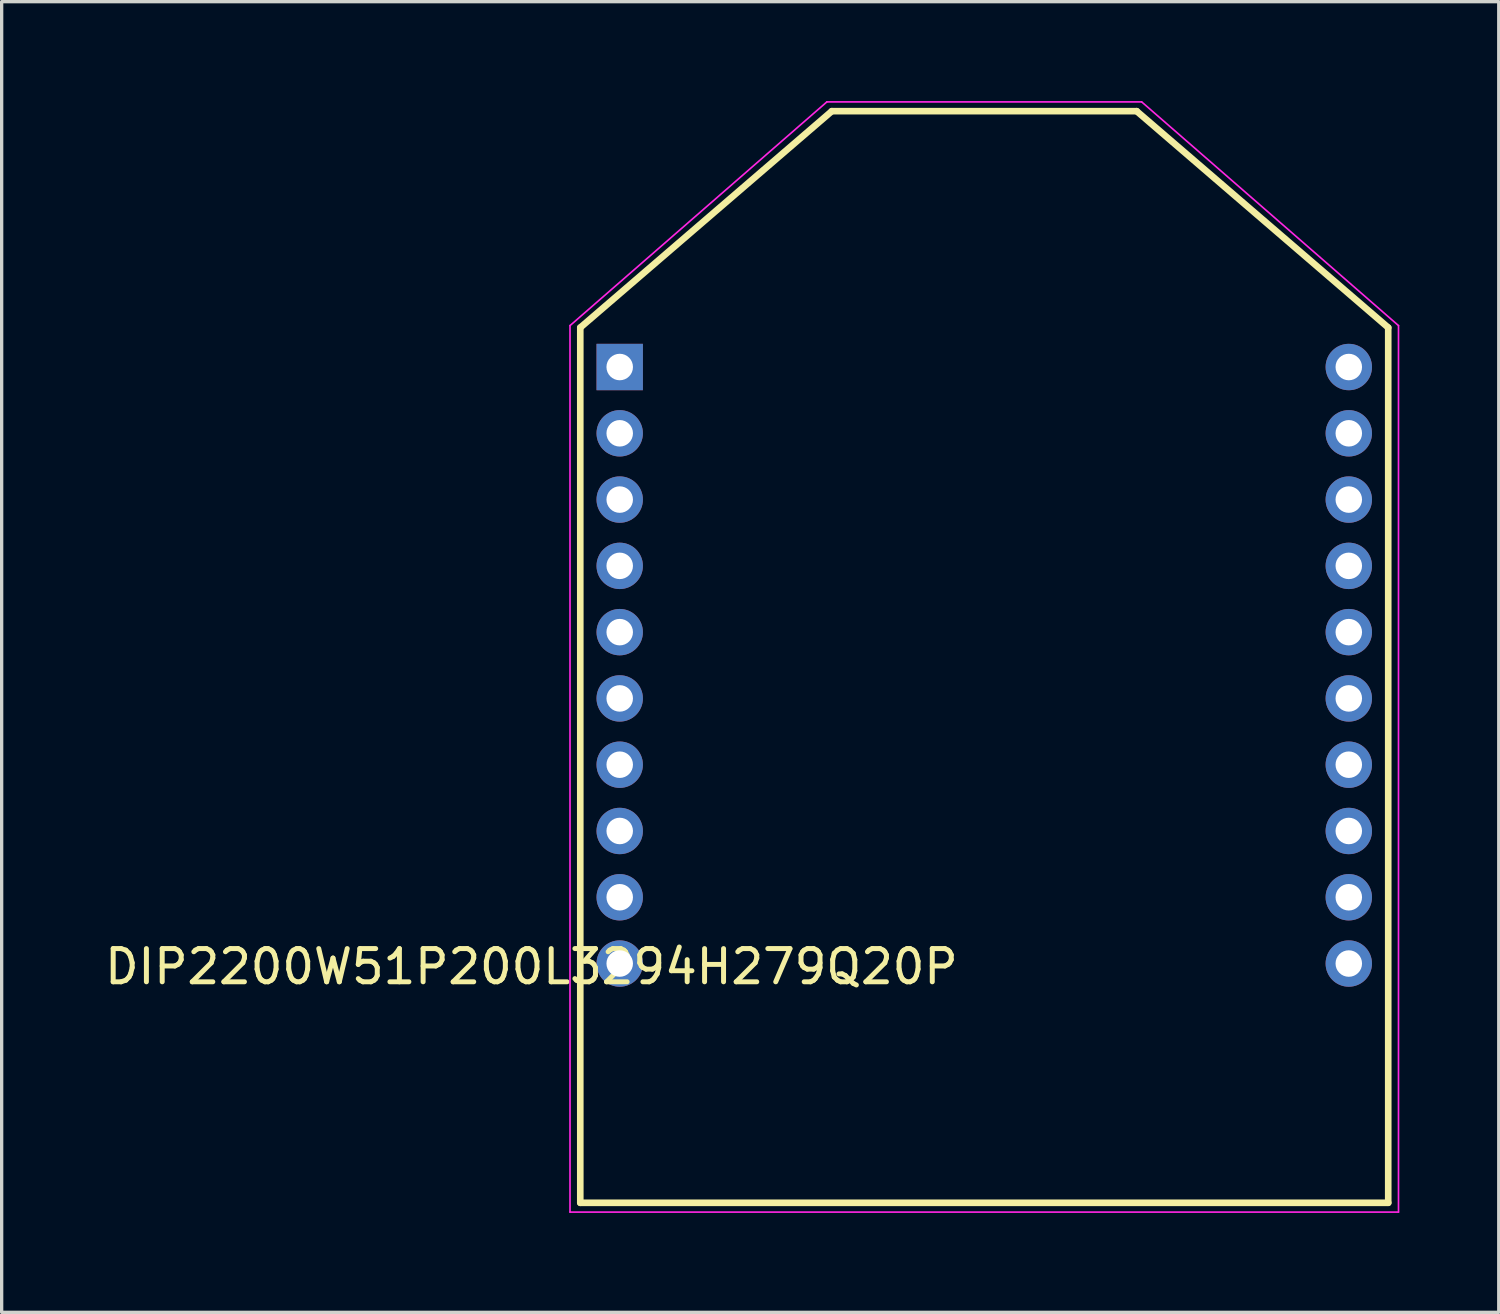
<source format=kicad_pcb>
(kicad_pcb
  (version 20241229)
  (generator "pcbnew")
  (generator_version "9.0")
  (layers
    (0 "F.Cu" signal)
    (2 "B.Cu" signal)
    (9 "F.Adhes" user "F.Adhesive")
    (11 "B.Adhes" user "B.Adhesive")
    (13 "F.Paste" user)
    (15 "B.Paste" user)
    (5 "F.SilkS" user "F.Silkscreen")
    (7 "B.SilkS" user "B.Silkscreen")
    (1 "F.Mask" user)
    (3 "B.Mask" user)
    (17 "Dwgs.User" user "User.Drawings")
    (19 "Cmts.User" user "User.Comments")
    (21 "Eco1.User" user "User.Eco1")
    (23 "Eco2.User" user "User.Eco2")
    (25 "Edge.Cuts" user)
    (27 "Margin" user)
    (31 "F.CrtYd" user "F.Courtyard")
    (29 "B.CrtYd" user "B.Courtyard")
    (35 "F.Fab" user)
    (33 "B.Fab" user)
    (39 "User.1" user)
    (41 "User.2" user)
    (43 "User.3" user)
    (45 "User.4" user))
  (footprint "DIP2200W51P200L3294H279Q20P"
    (layer "F.Cu")
    (at 26.65 16.775)
    (property "Reference" "DIP2200W51P200L3294H279Q20P" (at -13.664 9.345 180) (layer "F.SilkS") (effects (font (size 1.002 1.002) (thickness 0.15))))
    (attr through_hole)
    (fp_line (start -12.19 -9.94) (end -4.6 -16.47) (stroke (width 0.2) (type solid)) (layer "F.SilkS"))
    (fp_line (start -12.19 16.47) (end -12.19 -9.94) (stroke (width 0.2) (type solid)) (layer "F.SilkS"))
    (fp_line (start -4.6 -16.47) (end 4.6 -16.47) (stroke (width 0.2) (type solid)) (layer "F.SilkS"))
    (fp_line (start 12.19 -9.94) (end 4.6 -16.47) (stroke (width 0.2) (type solid)) (layer "F.SilkS"))
    (fp_line (start 12.19 -9.94) (end 12.19 16.47) (stroke (width 0.2) (type solid)) (layer "F.SilkS"))
    (fp_line (start 12.19 16.47) (end -12.19 16.47) (stroke (width 0.2) (type solid)) (layer "F.SilkS"))
    (fp_line (start -12.5 -10) (end -4.75 -16.75) (stroke (width 0.05) (type solid)) (layer "F.CrtYd"))
    (fp_line (start -12.5 16.75) (end -12.5 -10) (stroke (width 0.05) (type solid)) (layer "F.CrtYd"))
    (fp_line (start -4.75 -16.75) (end 4.75 -16.75) (stroke (width 0.05) (type solid)) (layer "F.CrtYd"))
    (fp_line (start 4.75 -16.75) (end 12.5 -10) (stroke (width 0.05) (type solid)) (layer "F.CrtYd"))
    (fp_line (start 12.5 -10) (end 12.5 16.75) (stroke (width 0.05) (type solid)) (layer "F.CrtYd"))
    (fp_line (start 12.5 16.75) (end -12.5 16.75) (stroke (width 0.05) (type solid)) (layer "F.CrtYd"))
    (pad "1" thru_hole rect (at -11 -8.75) (size 1.4 1.4) (drill 0.8) (layers "*.Cu" "*.Mask"))
    (pad "2" thru_hole circle (at -11 -6.75) (size 1.4 1.4) (drill 0.8) (layers "*.Cu" "*.Mask"))
    (pad "3" thru_hole circle (at -11 -4.75) (size 1.4 1.4) (drill 0.8) (layers "*.Cu" "*.Mask"))
    (pad "4" thru_hole circle (at -11 -2.75) (size 1.4 1.4) (drill 0.8) (layers "*.Cu" "*.Mask"))
    (pad "5" thru_hole circle (at -11 -0.75) (size 1.4 1.4) (drill 0.8) (layers "*.Cu" "*.Mask"))
    (pad "6" thru_hole circle (at -11 1.25) (size 1.4 1.4) (drill 0.8) (layers "*.Cu" "*.Mask"))
    (pad "7" thru_hole circle (at -11 3.25) (size 1.4 1.4) (drill 0.8) (layers "*.Cu" "*.Mask"))
    (pad "8" thru_hole circle (at -11 5.25) (size 1.4 1.4) (drill 0.8) (layers "*.Cu" "*.Mask"))
    (pad "9" thru_hole circle (at -11 7.25) (size 1.4 1.4) (drill 0.8) (layers "*.Cu" "*.Mask"))
    (pad "10" thru_hole circle (at -11 9.25) (size 1.4 1.4) (drill 0.8) (layers "*.Cu" "*.Mask"))
    (pad "11" thru_hole circle (at 11 9.25) (size 1.4 1.4) (drill 0.8) (layers "*.Cu" "*.Mask"))
    (pad "12" thru_hole circle (at 11 7.25) (size 1.4 1.4) (drill 0.8) (layers "*.Cu" "*.Mask"))
    (pad "13" thru_hole circle (at 11 5.25) (size 1.4 1.4) (drill 0.8) (layers "*.Cu" "*.Mask"))
    (pad "14" thru_hole circle (at 11 3.25) (size 1.4 1.4) (drill 0.8) (layers "*.Cu" "*.Mask"))
    (pad "15" thru_hole circle (at 11 1.25) (size 1.4 1.4) (drill 0.8) (layers "*.Cu" "*.Mask"))
    (pad "16" thru_hole circle (at 11 -0.75) (size 1.4 1.4) (drill 0.8) (layers "*.Cu" "*.Mask"))
    (pad "17" thru_hole circle (at 11 -2.75) (size 1.4 1.4) (drill 0.8) (layers "*.Cu" "*.Mask"))
    (pad "18" thru_hole circle (at 11 -4.75) (size 1.4 1.4) (drill 0.8) (layers "*.Cu" "*.Mask"))
    (pad "19" thru_hole circle (at 11 -6.75) (size 1.4 1.4) (drill 0.8) (layers "*.Cu" "*.Mask"))
    (pad "20" thru_hole circle (at 11 -8.75) (size 1.4 1.4) (drill 0.8) (layers "*.Cu" "*.Mask")))
  (gr_rect
    (start -3 -3)
    (end 42.175 36.55)
    (stroke (width 0.1) (type default))
    (fill no)
    (layer "Edge.Cuts")))
</source>
